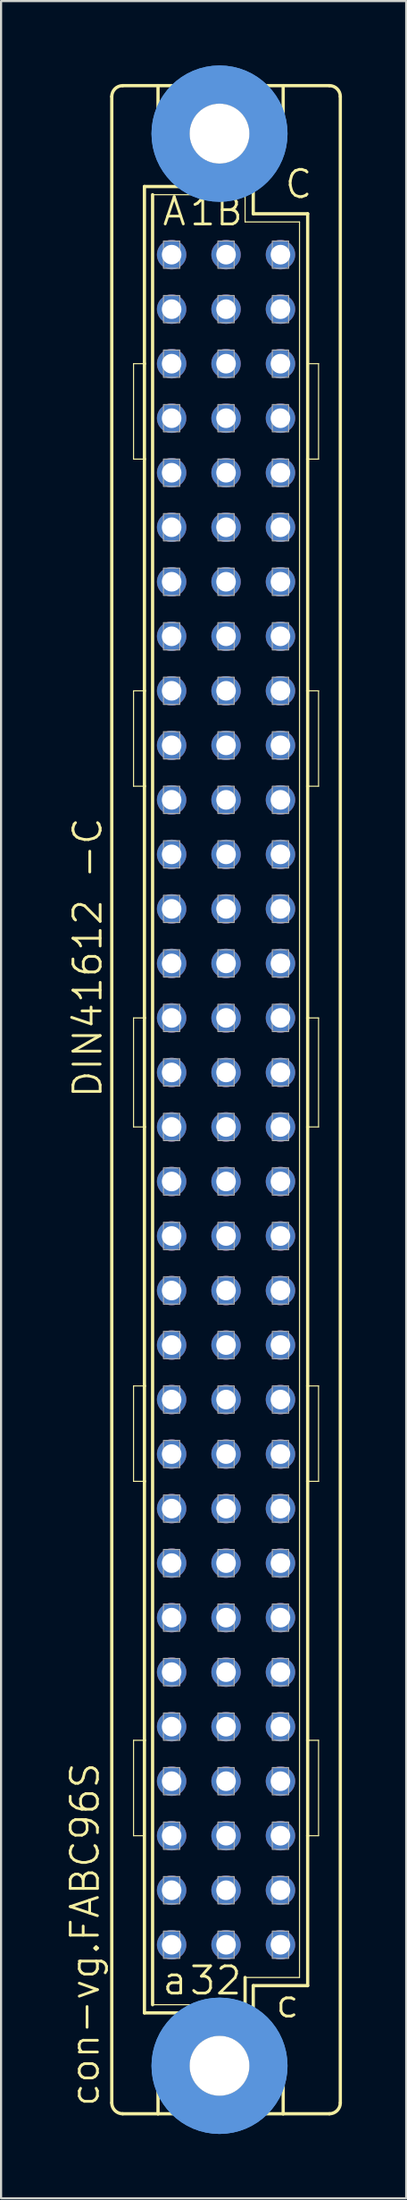
<source format=kicad_pcb>
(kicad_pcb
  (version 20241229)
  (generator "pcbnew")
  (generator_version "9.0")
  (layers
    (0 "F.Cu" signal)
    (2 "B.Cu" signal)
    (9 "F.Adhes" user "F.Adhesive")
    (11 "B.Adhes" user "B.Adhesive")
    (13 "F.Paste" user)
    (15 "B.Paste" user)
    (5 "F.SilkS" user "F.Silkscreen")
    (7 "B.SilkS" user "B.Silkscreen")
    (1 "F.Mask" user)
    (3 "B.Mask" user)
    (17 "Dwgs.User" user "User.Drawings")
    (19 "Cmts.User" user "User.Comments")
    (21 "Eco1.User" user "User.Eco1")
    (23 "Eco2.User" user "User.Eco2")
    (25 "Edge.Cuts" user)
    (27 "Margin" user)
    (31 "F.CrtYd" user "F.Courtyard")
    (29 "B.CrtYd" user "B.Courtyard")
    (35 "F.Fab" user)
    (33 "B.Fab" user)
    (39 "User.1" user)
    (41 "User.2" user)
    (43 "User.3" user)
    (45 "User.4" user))
  (footprint "con-vg.FABC96S"
    (layer "F.Cu")
    (at 7.502 48.184)
    (property "Reference" "con-vg.FABC96S" (at -5.842 46.99 90) (layer "F.SilkS") (effects (font (size 1.27 1.27) (thickness 0.13)) (justify left bottom)))
    (attr through_hole)
    (fp_line (start -5.334 46.736) (end -5.334 -46.736) (stroke (width 0.152) (type default)) (layer "F.SilkS"))
    (fp_line (start -4.826 -47.244) (end -3.175 -47.244) (stroke (width 0.152) (type default)) (layer "F.SilkS"))
    (fp_line (start -4.826 47.244) (end -3.175 47.244) (stroke (width 0.152) (type default)) (layer "F.SilkS"))
    (fp_line (start -4.318 -29.845) (end -4.318 -34.29) (stroke (width 0.051) (type default)) (layer "F.SilkS"))
    (fp_line (start -4.318 -29.845) (end -3.81 -29.845) (stroke (width 0.051) (type default)) (layer "F.SilkS"))
    (fp_line (start -4.318 -14.605) (end -4.318 -19.05) (stroke (width 0.051) (type default)) (layer "F.SilkS"))
    (fp_line (start -4.318 -14.605) (end -3.81 -14.605) (stroke (width 0.051) (type default)) (layer "F.SilkS"))
    (fp_line (start -4.318 1.27) (end -4.318 -3.81) (stroke (width 0.051) (type default)) (layer "F.SilkS"))
    (fp_line (start -4.318 1.27) (end -3.81 1.27) (stroke (width 0.051) (type default)) (layer "F.SilkS"))
    (fp_line (start -4.318 17.78) (end -4.318 13.335) (stroke (width 0.051) (type default)) (layer "F.SilkS"))
    (fp_line (start -4.318 17.78) (end -3.81 17.78) (stroke (width 0.051) (type default)) (layer "F.SilkS"))
    (fp_line (start -4.318 34.29) (end -4.318 29.845) (stroke (width 0.051) (type default)) (layer "F.SilkS"))
    (fp_line (start -4.318 34.29) (end -3.81 34.29) (stroke (width 0.051) (type default)) (layer "F.SilkS"))
    (fp_line (start -3.81 -42.545) (end -3.81 -34.29) (stroke (width 0.152) (type default)) (layer "F.SilkS"))
    (fp_line (start -3.81 -34.29) (end -4.318 -34.29) (stroke (width 0.051) (type default)) (layer "F.SilkS"))
    (fp_line (start -3.81 -34.29) (end -3.81 -29.845) (stroke (width 0.152) (type default)) (layer "F.SilkS"))
    (fp_line (start -3.81 -29.845) (end -3.81 -19.05) (stroke (width 0.152) (type default)) (layer "F.SilkS"))
    (fp_line (start -3.81 -19.05) (end -4.318 -19.05) (stroke (width 0.051) (type default)) (layer "F.SilkS"))
    (fp_line (start -3.81 -19.05) (end -3.81 -14.605) (stroke (width 0.152) (type default)) (layer "F.SilkS"))
    (fp_line (start -3.81 -14.605) (end -3.81 -3.81) (stroke (width 0.152) (type default)) (layer "F.SilkS"))
    (fp_line (start -3.81 -3.81) (end -4.318 -3.81) (stroke (width 0.051) (type default)) (layer "F.SilkS"))
    (fp_line (start -3.81 -3.81) (end -3.81 1.27) (stroke (width 0.152) (type default)) (layer "F.SilkS"))
    (fp_line (start -3.81 1.27) (end -3.81 13.335) (stroke (width 0.152) (type default)) (layer "F.SilkS"))
    (fp_line (start -3.81 13.335) (end -4.318 13.335) (stroke (width 0.051) (type default)) (layer "F.SilkS"))
    (fp_line (start -3.81 13.335) (end -3.81 17.78) (stroke (width 0.152) (type default)) (layer "F.SilkS"))
    (fp_line (start -3.81 17.78) (end -3.81 29.845) (stroke (width 0.152) (type default)) (layer "F.SilkS"))
    (fp_line (start -3.81 29.845) (end -4.318 29.845) (stroke (width 0.051) (type default)) (layer "F.SilkS"))
    (fp_line (start -3.81 29.845) (end -3.81 42.545) (stroke (width 0.152) (type default)) (layer "F.SilkS"))
    (fp_line (start -3.81 42.545) (end -1.651 42.545) (stroke (width 0.152) (type default)) (layer "F.SilkS"))
    (fp_line (start -3.429 -42.164) (end -3.429 42.164) (stroke (width 0.152) (type default)) (layer "F.SilkS"))
    (fp_line (start -3.429 -42.164) (end 0.889 -42.164) (stroke (width 0.051) (type default)) (layer "F.SilkS"))
    (fp_line (start -3.429 42.164) (end 0.889 42.164) (stroke (width 0.051) (type default)) (layer "F.SilkS"))
    (fp_line (start -3.175 -47.244) (end -3.175 -44.45) (stroke (width 0.152) (type default)) (layer "F.SilkS"))
    (fp_line (start -3.175 47.244) (end -3.175 44.45) (stroke (width 0.152) (type default)) (layer "F.SilkS"))
    (fp_line (start -3.175 47.244) (end 2.667 47.244) (stroke (width 0.152) (type default)) (layer "F.SilkS"))
    (fp_line (start -1.651 -42.545) (end -3.81 -42.545) (stroke (width 0.152) (type default)) (layer "F.SilkS"))
    (fp_line (start -1.651 -42.545) (end -3.175 -44.45) (stroke (width 0.152) (type default)) (layer "F.SilkS"))
    (fp_line (start -1.651 42.545) (end -3.175 44.45) (stroke (width 0.152) (type default)) (layer "F.SilkS"))
    (fp_line (start -1.651 42.545) (end 1.143 42.545) (stroke (width 0.152) (type default)) (layer "F.SilkS"))
    (fp_line (start 0.889 -42.164) (end 0.889 -40.894) (stroke (width 0.051) (type default)) (layer "F.SilkS"))
    (fp_line (start 0.889 -40.894) (end 3.429 -40.894) (stroke (width 0.051) (type default)) (layer "F.SilkS"))
    (fp_line (start 0.889 40.894) (end 3.429 40.894) (stroke (width 0.051) (type default)) (layer "F.SilkS"))
    (fp_line (start 0.889 42.164) (end 0.889 40.894) (stroke (width 0.152) (type default)) (layer "F.SilkS"))
    (fp_line (start 1.143 -42.545) (end -1.651 -42.545) (stroke (width 0.152) (type default)) (layer "F.SilkS"))
    (fp_line (start 1.143 -42.545) (end 2.667 -44.45) (stroke (width 0.152) (type default)) (layer "F.SilkS"))
    (fp_line (start 1.143 42.545) (end 1.27 42.545) (stroke (width 0.152) (type default)) (layer "F.SilkS"))
    (fp_line (start 1.143 42.545) (end 2.667 44.45) (stroke (width 0.152) (type default)) (layer "F.SilkS"))
    (fp_line (start 1.27 -42.545) (end 1.143 -42.545) (stroke (width 0.152) (type default)) (layer "F.SilkS"))
    (fp_line (start 1.27 -41.275) (end 1.27 -42.545) (stroke (width 0.152) (type default)) (layer "F.SilkS"))
    (fp_line (start 1.27 41.275) (end 3.81 41.275) (stroke (width 0.152) (type default)) (layer "F.SilkS"))
    (fp_line (start 1.27 42.545) (end 1.27 41.275) (stroke (width 0.152) (type default)) (layer "F.SilkS"))
    (fp_line (start 2.667 -47.244) (end -3.175 -47.244) (stroke (width 0.152) (type default)) (layer "F.SilkS"))
    (fp_line (start 2.667 -47.244) (end 2.667 -44.45) (stroke (width 0.152) (type default)) (layer "F.SilkS"))
    (fp_line (start 2.667 47.244) (end 2.667 44.45) (stroke (width 0.152) (type default)) (layer "F.SilkS"))
    (fp_line (start 2.667 47.244) (end 4.826 47.244) (stroke (width 0.152) (type default)) (layer "F.SilkS"))
    (fp_line (start 3.429 -40.894) (end 3.429 40.894) (stroke (width 0.051) (type default)) (layer "F.SilkS"))
    (fp_line (start 3.81 -41.275) (end 1.27 -41.275) (stroke (width 0.152) (type default)) (layer "F.SilkS"))
    (fp_line (start 3.81 -29.845) (end 3.81 -41.275) (stroke (width 0.152) (type default)) (layer "F.SilkS"))
    (fp_line (start 3.81 -29.845) (end 4.318 -29.845) (stroke (width 0.051) (type default)) (layer "F.SilkS"))
    (fp_line (start 3.81 -19.05) (end 3.81 -29.845) (stroke (width 0.152) (type default)) (layer "F.SilkS"))
    (fp_line (start 3.81 -14.605) (end 3.81 -19.05) (stroke (width 0.152) (type default)) (layer "F.SilkS"))
    (fp_line (start 3.81 -14.605) (end 4.318 -14.605) (stroke (width 0.051) (type default)) (layer "F.SilkS"))
    (fp_line (start 3.81 -3.81) (end 3.81 -14.605) (stroke (width 0.152) (type default)) (layer "F.SilkS"))
    (fp_line (start 3.81 1.27) (end 3.81 -3.81) (stroke (width 0.152) (type default)) (layer "F.SilkS"))
    (fp_line (start 3.81 1.27) (end 4.318 1.27) (stroke (width 0.051) (type default)) (layer "F.SilkS"))
    (fp_line (start 3.81 13.335) (end 3.81 1.27) (stroke (width 0.152) (type default)) (layer "F.SilkS"))
    (fp_line (start 3.81 17.78) (end 3.81 13.335) (stroke (width 0.152) (type default)) (layer "F.SilkS"))
    (fp_line (start 3.81 17.78) (end 4.318 17.78) (stroke (width 0.051) (type default)) (layer "F.SilkS"))
    (fp_line (start 3.81 29.845) (end 3.81 17.78) (stroke (width 0.152) (type default)) (layer "F.SilkS"))
    (fp_line (start 3.81 34.29) (end 3.81 29.845) (stroke (width 0.152) (type default)) (layer "F.SilkS"))
    (fp_line (start 3.81 34.29) (end 4.318 34.29) (stroke (width 0.051) (type default)) (layer "F.SilkS"))
    (fp_line (start 3.81 41.275) (end 3.81 34.29) (stroke (width 0.152) (type default)) (layer "F.SilkS"))
    (fp_line (start 4.318 -34.29) (end 3.81 -34.29) (stroke (width 0.051) (type default)) (layer "F.SilkS"))
    (fp_line (start 4.318 -34.29) (end 4.318 -29.845) (stroke (width 0.051) (type default)) (layer "F.SilkS"))
    (fp_line (start 4.318 -19.05) (end 3.81 -19.05) (stroke (width 0.051) (type default)) (layer "F.SilkS"))
    (fp_line (start 4.318 -19.05) (end 4.318 -14.605) (stroke (width 0.051) (type default)) (layer "F.SilkS"))
    (fp_line (start 4.318 -3.81) (end 3.81 -3.81) (stroke (width 0.051) (type default)) (layer "F.SilkS"))
    (fp_line (start 4.318 -3.81) (end 4.318 1.27) (stroke (width 0.051) (type default)) (layer "F.SilkS"))
    (fp_line (start 4.318 13.335) (end 3.81 13.335) (stroke (width 0.051) (type default)) (layer "F.SilkS"))
    (fp_line (start 4.318 13.335) (end 4.318 17.78) (stroke (width 0.051) (type default)) (layer "F.SilkS"))
    (fp_line (start 4.318 29.845) (end 3.81 29.845) (stroke (width 0.051) (type default)) (layer "F.SilkS"))
    (fp_line (start 4.318 29.845) (end 4.318 34.29) (stroke (width 0.051) (type default)) (layer "F.SilkS"))
    (fp_line (start 4.826 -47.244) (end 2.667 -47.244) (stroke (width 0.152) (type default)) (layer "F.SilkS"))
    (fp_line (start 5.334 46.736) (end 5.334 -46.736) (stroke (width 0.152) (type default)) (layer "F.SilkS"))
    (fp_arc (start -5.334 -46.736) (mid -5.18521 -47.09521) (end -4.826 -47.244) (stroke (width 0.1524) (type default)) (layer "F.SilkS"))
    (fp_arc (start -4.826 47.244) (mid -5.18521 47.09521) (end -5.334 46.736) (stroke (width 0.1524) (type default)) (layer "F.SilkS"))
    (fp_arc (start 4.826 -47.244) (mid 5.18521 -47.09521) (end 5.334 -46.736) (stroke (width 0.1524) (type default)) (layer "F.SilkS"))
    (fp_arc (start 5.334 46.736) (mid 5.18521 47.09521) (end 4.826 47.244) (stroke (width 0.1524) (type default)) (layer "F.SilkS"))
    (fp_circle (center -0.305 -45.009) (end 0.965 -45.009) (stroke (width 0.152) (type default)) (fill no) (layer "F.SilkS"))
    (fp_circle (center -0.305 45.009) (end 0.965 45.009) (stroke (width 0.152) (type default)) (fill no) (layer "F.SilkS"))
    (fp_circle (center -0.305 -45.009) (end 1.981 -45.009) (stroke (width 1.778) (type default)) (fill no) (layer "Cmts.User"))
    (fp_circle (center -0.305 -45.009) (end 1.981 -45.009) (stroke (width 1.778) (type default)) (fill no) (layer "Cmts.User"))
    (fp_circle (center -0.305 45.009) (end 1.981 45.009) (stroke (width 1.778) (type default)) (fill no) (layer "Cmts.User"))
    (fp_circle (center -0.305 45.009) (end 1.981 45.009) (stroke (width 1.778) (type default)) (fill no) (layer "Cmts.User"))
    (fp_rect (start -2.921 -38.735) (end -2.159 -40.005) (stroke (width 0.05) (type default)) (fill no) (layer "F.Fab"))
    (fp_rect (start -2.921 -36.195) (end -2.159 -37.465) (stroke (width 0.05) (type default)) (fill no) (layer "F.Fab"))
    (fp_rect (start -2.921 -33.655) (end -2.159 -34.925) (stroke (width 0.05) (type default)) (fill no) (layer "F.Fab"))
    (fp_rect (start -2.921 -31.115) (end -2.159 -32.385) (stroke (width 0.05) (type default)) (fill no) (layer "F.Fab"))
    (fp_rect (start -2.921 -28.575) (end -2.159 -29.845) (stroke (width 0.05) (type default)) (fill no) (layer "F.Fab"))
    (fp_rect (start -2.921 -26.035) (end -2.159 -27.305) (stroke (width 0.05) (type default)) (fill no) (layer "F.Fab"))
    (fp_rect (start -2.921 -23.495) (end -2.159 -24.765) (stroke (width 0.05) (type default)) (fill no) (layer "F.Fab"))
    (fp_rect (start -2.921 -20.955) (end -2.159 -22.225) (stroke (width 0.05) (type default)) (fill no) (layer "F.Fab"))
    (fp_rect (start -2.921 -18.415) (end -2.159 -19.685) (stroke (width 0.05) (type default)) (fill no) (layer "F.Fab"))
    (fp_rect (start -2.921 -15.875) (end -2.159 -17.145) (stroke (width 0.05) (type default)) (fill no) (layer "F.Fab"))
    (fp_rect (start -2.921 -13.335) (end -2.159 -14.605) (stroke (width 0.05) (type default)) (fill no) (layer "F.Fab"))
    (fp_rect (start -2.921 -10.795) (end -2.159 -12.065) (stroke (width 0.05) (type default)) (fill no) (layer "F.Fab"))
    (fp_rect (start -2.921 -8.255) (end -2.159 -9.525) (stroke (width 0.05) (type default)) (fill no) (layer "F.Fab"))
    (fp_rect (start -2.921 -5.715) (end -2.159 -6.985) (stroke (width 0.05) (type default)) (fill no) (layer "F.Fab"))
    (fp_rect (start -2.921 -3.175) (end -2.159 -4.445) (stroke (width 0.05) (type default)) (fill no) (layer "F.Fab"))
    (fp_rect (start -2.921 -0.635) (end -2.159 -1.905) (stroke (width 0.05) (type default)) (fill no) (layer "F.Fab"))
    (fp_rect (start -2.921 1.905) (end -2.159 0.635) (stroke (width 0.05) (type default)) (fill no) (layer "F.Fab"))
    (fp_rect (start -2.921 4.445) (end -2.159 3.175) (stroke (width 0.05) (type default)) (fill no) (layer "F.Fab"))
    (fp_rect (start -2.921 6.985) (end -2.159 5.715) (stroke (width 0.05) (type default)) (fill no) (layer "F.Fab"))
    (fp_rect (start -2.921 9.525) (end -2.159 8.255) (stroke (width 0.05) (type default)) (fill no) (layer "F.Fab"))
    (fp_rect (start -2.921 12.065) (end -2.159 10.795) (stroke (width 0.05) (type default)) (fill no) (layer "F.Fab"))
    (fp_rect (start -2.921 14.605) (end -2.159 13.335) (stroke (width 0.05) (type default)) (fill no) (layer "F.Fab"))
    (fp_rect (start -2.921 17.145) (end -2.159 15.875) (stroke (width 0.05) (type default)) (fill no) (layer "F.Fab"))
    (fp_rect (start -2.921 19.685) (end -2.159 18.415) (stroke (width 0.05) (type default)) (fill no) (layer "F.Fab"))
    (fp_rect (start -2.921 22.225) (end -2.159 20.955) (stroke (width 0.05) (type default)) (fill no) (layer "F.Fab"))
    (fp_rect (start -2.921 24.765) (end -2.159 23.495) (stroke (width 0.05) (type default)) (fill no) (layer "F.Fab"))
    (fp_rect (start -2.921 27.305) (end -2.159 26.035) (stroke (width 0.05) (type default)) (fill no) (layer "F.Fab"))
    (fp_rect (start -2.921 29.845) (end -2.159 28.575) (stroke (width 0.05) (type default)) (fill no) (layer "F.Fab"))
    (fp_rect (start -2.921 32.385) (end -2.159 31.115) (stroke (width 0.05) (type default)) (fill no) (layer "F.Fab"))
    (fp_rect (start -2.921 34.925) (end -2.159 33.655) (stroke (width 0.05) (type default)) (fill no) (layer "F.Fab"))
    (fp_rect (start -2.921 37.465) (end -2.159 36.195) (stroke (width 0.05) (type default)) (fill no) (layer "F.Fab"))
    (fp_rect (start -2.921 40.005) (end -2.159 38.735) (stroke (width 0.05) (type default)) (fill no) (layer "F.Fab"))
    (fp_rect (start -0.381 -38.735) (end 0.381 -40.005) (stroke (width 0.05) (type default)) (fill no) (layer "F.Fab"))
    (fp_rect (start -0.381 -36.195) (end 0.381 -37.465) (stroke (width 0.05) (type default)) (fill no) (layer "F.Fab"))
    (fp_rect (start -0.381 -33.655) (end 0.381 -34.925) (stroke (width 0.05) (type default)) (fill no) (layer "F.Fab"))
    (fp_rect (start -0.381 -31.115) (end 0.381 -32.385) (stroke (width 0.05) (type default)) (fill no) (layer "F.Fab"))
    (fp_rect (start -0.381 -28.575) (end 0.381 -29.845) (stroke (width 0.05) (type default)) (fill no) (layer "F.Fab"))
    (fp_rect (start -0.381 -26.035) (end 0.381 -27.305) (stroke (width 0.05) (type default)) (fill no) (layer "F.Fab"))
    (fp_rect (start -0.381 -23.495) (end 0.381 -24.765) (stroke (width 0.05) (type default)) (fill no) (layer "F.Fab"))
    (fp_rect (start -0.381 -20.955) (end 0.381 -22.225) (stroke (width 0.05) (type default)) (fill no) (layer "F.Fab"))
    (fp_rect (start -0.381 -18.415) (end 0.381 -19.685) (stroke (width 0.05) (type default)) (fill no) (layer "F.Fab"))
    (fp_rect (start -0.381 -15.875) (end 0.381 -17.145) (stroke (width 0.05) (type default)) (fill no) (layer "F.Fab"))
    (fp_rect (start -0.381 -13.335) (end 0.381 -14.605) (stroke (width 0.05) (type default)) (fill no) (layer "F.Fab"))
    (fp_rect (start -0.381 -10.795) (end 0.381 -12.065) (stroke (width 0.05) (type default)) (fill no) (layer "F.Fab"))
    (fp_rect (start -0.381 -8.255) (end 0.381 -9.525) (stroke (width 0.05) (type default)) (fill no) (layer "F.Fab"))
    (fp_rect (start -0.381 -5.715) (end 0.381 -6.985) (stroke (width 0.05) (type default)) (fill no) (layer "F.Fab"))
    (fp_rect (start -0.381 -3.175) (end 0.381 -4.445) (stroke (width 0.05) (type default)) (fill no) (layer "F.Fab"))
    (fp_rect (start -0.381 -0.635) (end 0.381 -1.905) (stroke (width 0.05) (type default)) (fill no) (layer "F.Fab"))
    (fp_rect (start -0.381 1.905) (end 0.381 0.635) (stroke (width 0.05) (type default)) (fill no) (layer "F.Fab"))
    (fp_rect (start -0.381 4.445) (end 0.381 3.175) (stroke (width 0.05) (type default)) (fill no) (layer "F.Fab"))
    (fp_rect (start -0.381 6.985) (end 0.381 5.715) (stroke (width 0.05) (type default)) (fill no) (layer "F.Fab"))
    (fp_rect (start -0.381 9.525) (end 0.381 8.255) (stroke (width 0.05) (type default)) (fill no) (layer "F.Fab"))
    (fp_rect (start -0.381 12.065) (end 0.381 10.795) (stroke (width 0.05) (type default)) (fill no) (layer "F.Fab"))
    (fp_rect (start -0.381 14.605) (end 0.381 13.335) (stroke (width 0.05) (type default)) (fill no) (layer "F.Fab"))
    (fp_rect (start -0.381 17.145) (end 0.381 15.875) (stroke (width 0.05) (type default)) (fill no) (layer "F.Fab"))
    (fp_rect (start -0.381 19.685) (end 0.381 18.415) (stroke (width 0.05) (type default)) (fill no) (layer "F.Fab"))
    (fp_rect (start -0.381 22.225) (end 0.381 20.955) (stroke (width 0.05) (type default)) (fill no) (layer "F.Fab"))
    (fp_rect (start -0.381 24.765) (end 0.381 23.495) (stroke (width 0.05) (type default)) (fill no) (layer "F.Fab"))
    (fp_rect (start -0.381 27.305) (end 0.381 26.035) (stroke (width 0.05) (type default)) (fill no) (layer "F.Fab"))
    (fp_rect (start -0.381 29.845) (end 0.381 28.575) (stroke (width 0.05) (type default)) (fill no) (layer "F.Fab"))
    (fp_rect (start -0.381 32.385) (end 0.381 31.115) (stroke (width 0.05) (type default)) (fill no) (layer "F.Fab"))
    (fp_rect (start -0.381 34.925) (end 0.381 33.655) (stroke (width 0.05) (type default)) (fill no) (layer "F.Fab"))
    (fp_rect (start -0.381 37.465) (end 0.381 36.195) (stroke (width 0.05) (type default)) (fill no) (layer "F.Fab"))
    (fp_rect (start -0.381 40.005) (end 0.381 38.735) (stroke (width 0.05) (type default)) (fill no) (layer "F.Fab"))
    (fp_rect (start 2.159 -38.735) (end 2.921 -40.005) (stroke (width 0.05) (type default)) (fill no) (layer "F.Fab"))
    (fp_rect (start 2.159 -36.195) (end 2.921 -37.465) (stroke (width 0.05) (type default)) (fill no) (layer "F.Fab"))
    (fp_rect (start 2.159 -33.655) (end 2.921 -34.925) (stroke (width 0.05) (type default)) (fill no) (layer "F.Fab"))
    (fp_rect (start 2.159 -31.115) (end 2.921 -32.385) (stroke (width 0.05) (type default)) (fill no) (layer "F.Fab"))
    (fp_rect (start 2.159 -28.575) (end 2.921 -29.845) (stroke (width 0.05) (type default)) (fill no) (layer "F.Fab"))
    (fp_rect (start 2.159 -26.035) (end 2.921 -27.305) (stroke (width 0.05) (type default)) (fill no) (layer "F.Fab"))
    (fp_rect (start 2.159 -23.495) (end 2.921 -24.765) (stroke (width 0.05) (type default)) (fill no) (layer "F.Fab"))
    (fp_rect (start 2.159 -20.955) (end 2.921 -22.225) (stroke (width 0.05) (type default)) (fill no) (layer "F.Fab"))
    (fp_rect (start 2.159 -18.415) (end 2.921 -19.685) (stroke (width 0.05) (type default)) (fill no) (layer "F.Fab"))
    (fp_rect (start 2.159 -15.875) (end 2.921 -17.145) (stroke (width 0.05) (type default)) (fill no) (layer "F.Fab"))
    (fp_rect (start 2.159 -13.335) (end 2.921 -14.605) (stroke (width 0.05) (type default)) (fill no) (layer "F.Fab"))
    (fp_rect (start 2.159 -10.795) (end 2.921 -12.065) (stroke (width 0.05) (type default)) (fill no) (layer "F.Fab"))
    (fp_rect (start 2.159 -8.255) (end 2.921 -9.525) (stroke (width 0.05) (type default)) (fill no) (layer "F.Fab"))
    (fp_rect (start 2.159 -5.715) (end 2.921 -6.985) (stroke (width 0.05) (type default)) (fill no) (layer "F.Fab"))
    (fp_rect (start 2.159 -3.175) (end 2.921 -4.445) (stroke (width 0.05) (type default)) (fill no) (layer "F.Fab"))
    (fp_rect (start 2.159 -0.635) (end 2.921 -1.905) (stroke (width 0.05) (type default)) (fill no) (layer "F.Fab"))
    (fp_rect (start 2.159 1.905) (end 2.921 0.635) (stroke (width 0.05) (type default)) (fill no) (layer "F.Fab"))
    (fp_rect (start 2.159 4.445) (end 2.921 3.175) (stroke (width 0.05) (type default)) (fill no) (layer "F.Fab"))
    (fp_rect (start 2.159 6.985) (end 2.921 5.715) (stroke (width 0.05) (type default)) (fill no) (layer "F.Fab"))
    (fp_rect (start 2.159 9.525) (end 2.921 8.255) (stroke (width 0.05) (type default)) (fill no) (layer "F.Fab"))
    (fp_rect (start 2.159 12.065) (end 2.921 10.795) (stroke (width 0.05) (type default)) (fill no) (layer "F.Fab"))
    (fp_rect (start 2.159 14.605) (end 2.921 13.335) (stroke (width 0.05) (type default)) (fill no) (layer "F.Fab"))
    (fp_rect (start 2.159 17.145) (end 2.921 15.875) (stroke (width 0.05) (type default)) (fill no) (layer "F.Fab"))
    (fp_rect (start 2.159 19.685) (end 2.921 18.415) (stroke (width 0.05) (type default)) (fill no) (layer "F.Fab"))
    (fp_rect (start 2.159 22.225) (end 2.921 20.955) (stroke (width 0.05) (type default)) (fill no) (layer "F.Fab"))
    (fp_rect (start 2.159 24.765) (end 2.921 23.495) (stroke (width 0.05) (type default)) (fill no) (layer "F.Fab"))
    (fp_rect (start 2.159 27.305) (end 2.921 26.035) (stroke (width 0.05) (type default)) (fill no) (layer "F.Fab"))
    (fp_rect (start 2.159 29.845) (end 2.921 28.575) (stroke (width 0.05) (type default)) (fill no) (layer "F.Fab"))
    (fp_rect (start 2.159 32.385) (end 2.921 31.115) (stroke (width 0.05) (type default)) (fill no) (layer "F.Fab"))
    (fp_rect (start 2.159 34.925) (end 2.921 33.655) (stroke (width 0.05) (type default)) (fill no) (layer "F.Fab"))
    (fp_rect (start 2.159 37.465) (end 2.921 36.195) (stroke (width 0.05) (type default)) (fill no) (layer "F.Fab"))
    (fp_rect (start 2.159 40.005) (end 2.921 38.735) (stroke (width 0.05) (type default)) (fill no) (layer "F.Fab"))
    (fp_text user "A" (at -3.048 -40.64 0) (layer "F.SilkS") (effects (font (size 1.27 1.27) (thickness 0.13)) (justify left bottom)))
    (fp_text user "a" (at -3.048 41.783 0) (layer "F.SilkS") (effects (font (size 1.27 1.27) (thickness 0.13)) (justify left bottom)))
    (fp_text user "c" (at 2.237 42.853 0) (layer "F.SilkS") (effects (font (size 1.27 1.27) (thickness 0.13)) (justify left bottom)))
    (fp_text user "DIN41612 -C" (at -5.715 0 90) (layer "F.SilkS") (effects (font (size 1.27 1.27) (thickness 0.13)) (justify left bottom)))
    (fp_text user "1B" (at -1.778 -40.64 0) (layer "F.SilkS") (effects (font (size 1.27 1.27) (thickness 0.13)) (justify left bottom)))
    (fp_text user "32" (at -1.778 41.783 0) (layer "F.SilkS") (effects (font (size 1.27 1.27) (thickness 0.13)) (justify left bottom)))
    (fp_text user "C" (at 2.667 -41.91 0) (layer "F.SilkS") (effects (font (size 1.27 1.27) (thickness 0.13)) (justify left bottom)))
    (pad "" np_thru_hole circle (at -0.305 -45.009) (size 2.794 2.794) (drill 2.794) (layers "*.Cu" "*.Mask"))
    (pad "" np_thru_hole circle (at -0.305 45.009) (size 2.794 2.794) (drill 2.794) (layers "*.Cu" "*.Mask"))
    (pad "A1" thru_hole circle (at -2.54 -39.37) (size 1.372 1.372) (drill 0.914) (layers "*.Cu" "*.Mask"))
    (pad "A2" thru_hole circle (at -2.54 -36.83) (size 1.372 1.372) (drill 0.914) (layers "*.Cu" "*.Mask"))
    (pad "A3" thru_hole circle (at -2.54 -34.29) (size 1.372 1.372) (drill 0.914) (layers "*.Cu" "*.Mask"))
    (pad "A4" thru_hole circle (at -2.54 -31.75) (size 1.372 1.372) (drill 0.914) (layers "*.Cu" "*.Mask"))
    (pad "A5" thru_hole circle (at -2.54 -29.21) (size 1.372 1.372) (drill 0.914) (layers "*.Cu" "*.Mask"))
    (pad "A6" thru_hole circle (at -2.54 -26.67) (size 1.372 1.372) (drill 0.914) (layers "*.Cu" "*.Mask"))
    (pad "A7" thru_hole circle (at -2.54 -24.13) (size 1.372 1.372) (drill 0.914) (layers "*.Cu" "*.Mask"))
    (pad "A8" thru_hole circle (at -2.54 -21.59) (size 1.372 1.372) (drill 0.914) (layers "*.Cu" "*.Mask"))
    (pad "A9" thru_hole circle (at -2.54 -19.05) (size 1.372 1.372) (drill 0.914) (layers "*.Cu" "*.Mask"))
    (pad "A10" thru_hole circle (at -2.54 -16.51) (size 1.372 1.372) (drill 0.914) (layers "*.Cu" "*.Mask"))
    (pad "A11" thru_hole circle (at -2.54 -13.97) (size 1.372 1.372) (drill 0.914) (layers "*.Cu" "*.Mask"))
    (pad "A12" thru_hole circle (at -2.54 -11.43) (size 1.372 1.372) (drill 0.914) (layers "*.Cu" "*.Mask"))
    (pad "A13" thru_hole circle (at -2.54 -8.89) (size 1.372 1.372) (drill 0.914) (layers "*.Cu" "*.Mask"))
    (pad "A14" thru_hole circle (at -2.54 -6.35) (size 1.372 1.372) (drill 0.914) (layers "*.Cu" "*.Mask"))
    (pad "A15" thru_hole circle (at -2.54 -3.81) (size 1.372 1.372) (drill 0.914) (layers "*.Cu" "*.Mask"))
    (pad "A16" thru_hole circle (at -2.54 -1.27) (size 1.372 1.372) (drill 0.914) (layers "*.Cu" "*.Mask"))
    (pad "A17" thru_hole circle (at -2.54 1.27) (size 1.372 1.372) (drill 0.914) (layers "*.Cu" "*.Mask"))
    (pad "A18" thru_hole circle (at -2.54 3.81) (size 1.372 1.372) (drill 0.914) (layers "*.Cu" "*.Mask"))
    (pad "A19" thru_hole circle (at -2.54 6.35) (size 1.372 1.372) (drill 0.914) (layers "*.Cu" "*.Mask"))
    (pad "A20" thru_hole circle (at -2.54 8.89) (size 1.372 1.372) (drill 0.914) (layers "*.Cu" "*.Mask"))
    (pad "A21" thru_hole circle (at -2.54 11.43) (size 1.372 1.372) (drill 0.914) (layers "*.Cu" "*.Mask"))
    (pad "A22" thru_hole circle (at -2.54 13.97) (size 1.372 1.372) (drill 0.914) (layers "*.Cu" "*.Mask"))
    (pad "A23" thru_hole circle (at -2.54 16.51) (size 1.372 1.372) (drill 0.914) (layers "*.Cu" "*.Mask"))
    (pad "A24" thru_hole circle (at -2.54 19.05) (size 1.372 1.372) (drill 0.914) (layers "*.Cu" "*.Mask"))
    (pad "A25" thru_hole circle (at -2.54 21.59) (size 1.372 1.372) (drill 0.914) (layers "*.Cu" "*.Mask"))
    (pad "A26" thru_hole circle (at -2.54 24.13) (size 1.372 1.372) (drill 0.914) (layers "*.Cu" "*.Mask"))
    (pad "A27" thru_hole circle (at -2.54 26.67) (size 1.372 1.372) (drill 0.914) (layers "*.Cu" "*.Mask"))
    (pad "A28" thru_hole circle (at -2.54 29.21) (size 1.372 1.372) (drill 0.914) (layers "*.Cu" "*.Mask"))
    (pad "A29" thru_hole circle (at -2.54 31.75) (size 1.372 1.372) (drill 0.914) (layers "*.Cu" "*.Mask"))
    (pad "A30" thru_hole circle (at -2.54 34.29) (size 1.372 1.372) (drill 0.914) (layers "*.Cu" "*.Mask"))
    (pad "A31" thru_hole circle (at -2.54 36.83) (size 1.372 1.372) (drill 0.914) (layers "*.Cu" "*.Mask"))
    (pad "A32" thru_hole circle (at -2.54 39.37) (size 1.372 1.372) (drill 0.914) (layers "*.Cu" "*.Mask"))
    (pad "B1" thru_hole circle (at 0 -39.37) (size 1.372 1.372) (drill 0.914) (layers "*.Cu" "*.Mask"))
    (pad "B2" thru_hole circle (at 0 -36.83) (size 1.372 1.372) (drill 0.914) (layers "*.Cu" "*.Mask"))
    (pad "B3" thru_hole circle (at 0 -34.29) (size 1.372 1.372) (drill 0.914) (layers "*.Cu" "*.Mask"))
    (pad "B4" thru_hole circle (at 0 -31.75) (size 1.372 1.372) (drill 0.914) (layers "*.Cu" "*.Mask"))
    (pad "B5" thru_hole circle (at 0 -29.21) (size 1.372 1.372) (drill 0.914) (layers "*.Cu" "*.Mask"))
    (pad "B6" thru_hole circle (at 0 -26.67) (size 1.372 1.372) (drill 0.914) (layers "*.Cu" "*.Mask"))
    (pad "B7" thru_hole circle (at 0 -24.13) (size 1.372 1.372) (drill 0.914) (layers "*.Cu" "*.Mask"))
    (pad "B8" thru_hole circle (at 0 -21.59) (size 1.372 1.372) (drill 0.914) (layers "*.Cu" "*.Mask"))
    (pad "B9" thru_hole circle (at 0 -19.05) (size 1.372 1.372) (drill 0.914) (layers "*.Cu" "*.Mask"))
    (pad "B10" thru_hole circle (at 0 -16.51) (size 1.372 1.372) (drill 0.914) (layers "*.Cu" "*.Mask"))
    (pad "B11" thru_hole circle (at 0 -13.97) (size 1.372 1.372) (drill 0.914) (layers "*.Cu" "*.Mask"))
    (pad "B12" thru_hole circle (at 0 -11.43) (size 1.372 1.372) (drill 0.914) (layers "*.Cu" "*.Mask"))
    (pad "B13" thru_hole circle (at 0 -8.89) (size 1.372 1.372) (drill 0.914) (layers "*.Cu" "*.Mask"))
    (pad "B14" thru_hole circle (at 0 -6.35) (size 1.372 1.372) (drill 0.914) (layers "*.Cu" "*.Mask"))
    (pad "B15" thru_hole circle (at 0 -3.81) (size 1.372 1.372) (drill 0.914) (layers "*.Cu" "*.Mask"))
    (pad "B16" thru_hole circle (at 0 -1.27) (size 1.372 1.372) (drill 0.914) (layers "*.Cu" "*.Mask"))
    (pad "B17" thru_hole circle (at 0 1.27) (size 1.372 1.372) (drill 0.914) (layers "*.Cu" "*.Mask"))
    (pad "B18" thru_hole circle (at 0 3.81) (size 1.372 1.372) (drill 0.914) (layers "*.Cu" "*.Mask"))
    (pad "B19" thru_hole circle (at 0 6.35) (size 1.372 1.372) (drill 0.914) (layers "*.Cu" "*.Mask"))
    (pad "B20" thru_hole circle (at 0 8.89) (size 1.372 1.372) (drill 0.914) (layers "*.Cu" "*.Mask"))
    (pad "B21" thru_hole circle (at 0 11.43) (size 1.372 1.372) (drill 0.914) (layers "*.Cu" "*.Mask"))
    (pad "B22" thru_hole circle (at 0 13.97) (size 1.372 1.372) (drill 0.914) (layers "*.Cu" "*.Mask"))
    (pad "B23" thru_hole circle (at 0 16.51) (size 1.372 1.372) (drill 0.914) (layers "*.Cu" "*.Mask"))
    (pad "B24" thru_hole circle (at 0 19.05) (size 1.372 1.372) (drill 0.914) (layers "*.Cu" "*.Mask"))
    (pad "B25" thru_hole circle (at 0 21.59) (size 1.372 1.372) (drill 0.914) (layers "*.Cu" "*.Mask"))
    (pad "B26" thru_hole circle (at 0 24.13) (size 1.372 1.372) (drill 0.914) (layers "*.Cu" "*.Mask"))
    (pad "B27" thru_hole circle (at 0 26.67) (size 1.372 1.372) (drill 0.914) (layers "*.Cu" "*.Mask"))
    (pad "B28" thru_hole circle (at 0 29.21) (size 1.372 1.372) (drill 0.914) (layers "*.Cu" "*.Mask"))
    (pad "B29" thru_hole circle (at 0 31.75) (size 1.372 1.372) (drill 0.914) (layers "*.Cu" "*.Mask"))
    (pad "B30" thru_hole circle (at 0 34.29) (size 1.372 1.372) (drill 0.914) (layers "*.Cu" "*.Mask"))
    (pad "B31" thru_hole circle (at 0 36.83) (size 1.372 1.372) (drill 0.914) (layers "*.Cu" "*.Mask"))
    (pad "B32" thru_hole circle (at 0 39.37) (size 1.372 1.372) (drill 0.914) (layers "*.Cu" "*.Mask"))
    (pad "C1" thru_hole circle (at 2.54 -39.37) (size 1.372 1.372) (drill 0.914) (layers "*.Cu" "*.Mask"))
    (pad "C2" thru_hole circle (at 2.54 -36.83) (size 1.372 1.372) (drill 0.914) (layers "*.Cu" "*.Mask"))
    (pad "C3" thru_hole circle (at 2.54 -34.29) (size 1.372 1.372) (drill 0.914) (layers "*.Cu" "*.Mask"))
    (pad "C4" thru_hole circle (at 2.54 -31.75) (size 1.372 1.372) (drill 0.914) (layers "*.Cu" "*.Mask"))
    (pad "C5" thru_hole circle (at 2.54 -29.21) (size 1.372 1.372) (drill 0.914) (layers "*.Cu" "*.Mask"))
    (pad "C6" thru_hole circle (at 2.54 -26.67) (size 1.372 1.372) (drill 0.914) (layers "*.Cu" "*.Mask"))
    (pad "C7" thru_hole circle (at 2.54 -24.13) (size 1.372 1.372) (drill 0.914) (layers "*.Cu" "*.Mask"))
    (pad "C8" thru_hole circle (at 2.54 -21.59) (size 1.372 1.372) (drill 0.914) (layers "*.Cu" "*.Mask"))
    (pad "C9" thru_hole circle (at 2.54 -19.05) (size 1.372 1.372) (drill 0.914) (layers "*.Cu" "*.Mask"))
    (pad "C10" thru_hole circle (at 2.54 -16.51) (size 1.372 1.372) (drill 0.914) (layers "*.Cu" "*.Mask"))
    (pad "C11" thru_hole circle (at 2.54 -13.97) (size 1.372 1.372) (drill 0.914) (layers "*.Cu" "*.Mask"))
    (pad "C12" thru_hole circle (at 2.54 -11.43) (size 1.372 1.372) (drill 0.914) (layers "*.Cu" "*.Mask"))
    (pad "C13" thru_hole circle (at 2.54 -8.89) (size 1.372 1.372) (drill 0.914) (layers "*.Cu" "*.Mask"))
    (pad "C14" thru_hole circle (at 2.54 -6.35) (size 1.372 1.372) (drill 0.914) (layers "*.Cu" "*.Mask"))
    (pad "C15" thru_hole circle (at 2.54 -3.81) (size 1.372 1.372) (drill 0.914) (layers "*.Cu" "*.Mask"))
    (pad "C16" thru_hole circle (at 2.54 -1.27) (size 1.372 1.372) (drill 0.914) (layers "*.Cu" "*.Mask"))
    (pad "C17" thru_hole circle (at 2.54 1.27) (size 1.372 1.372) (drill 0.914) (layers "*.Cu" "*.Mask"))
    (pad "C18" thru_hole circle (at 2.54 3.81) (size 1.372 1.372) (drill 0.914) (layers "*.Cu" "*.Mask"))
    (pad "C19" thru_hole circle (at 2.54 6.35) (size 1.372 1.372) (drill 0.914) (layers "*.Cu" "*.Mask"))
    (pad "C20" thru_hole circle (at 2.54 8.89) (size 1.372 1.372) (drill 0.914) (layers "*.Cu" "*.Mask"))
    (pad "C21" thru_hole circle (at 2.54 11.43) (size 1.372 1.372) (drill 0.914) (layers "*.Cu" "*.Mask"))
    (pad "C22" thru_hole circle (at 2.54 13.97) (size 1.372 1.372) (drill 0.914) (layers "*.Cu" "*.Mask"))
    (pad "C23" thru_hole circle (at 2.54 16.51) (size 1.372 1.372) (drill 0.914) (layers "*.Cu" "*.Mask"))
    (pad "C24" thru_hole circle (at 2.54 19.05) (size 1.372 1.372) (drill 0.914) (layers "*.Cu" "*.Mask"))
    (pad "C25" thru_hole circle (at 2.54 21.59) (size 1.372 1.372) (drill 0.914) (layers "*.Cu" "*.Mask"))
    (pad "C26" thru_hole circle (at 2.54 24.13) (size 1.372 1.372) (drill 0.914) (layers "*.Cu" "*.Mask"))
    (pad "C27" thru_hole circle (at 2.54 26.67) (size 1.372 1.372) (drill 0.914) (layers "*.Cu" "*.Mask"))
    (pad "C28" thru_hole circle (at 2.54 29.21) (size 1.372 1.372) (drill 0.914) (layers "*.Cu" "*.Mask"))
    (pad "C29" thru_hole circle (at 2.54 31.75) (size 1.372 1.372) (drill 0.914) (layers "*.Cu" "*.Mask"))
    (pad "C30" thru_hole circle (at 2.54 34.29) (size 1.372 1.372) (drill 0.914) (layers "*.Cu" "*.Mask"))
    (pad "C31" thru_hole circle (at 2.54 36.83) (size 1.372 1.372) (drill 0.914) (layers "*.Cu" "*.Mask"))
    (pad "C32" thru_hole circle (at 2.54 39.37) (size 1.372 1.372) (drill 0.914) (layers "*.Cu" "*.Mask")))
  (gr_rect
    (start -3 -3)
    (end 15.912 99.368)
    (stroke (width 0.1) (type default))
    (fill no)
    (layer "Edge.Cuts")))
</source>
